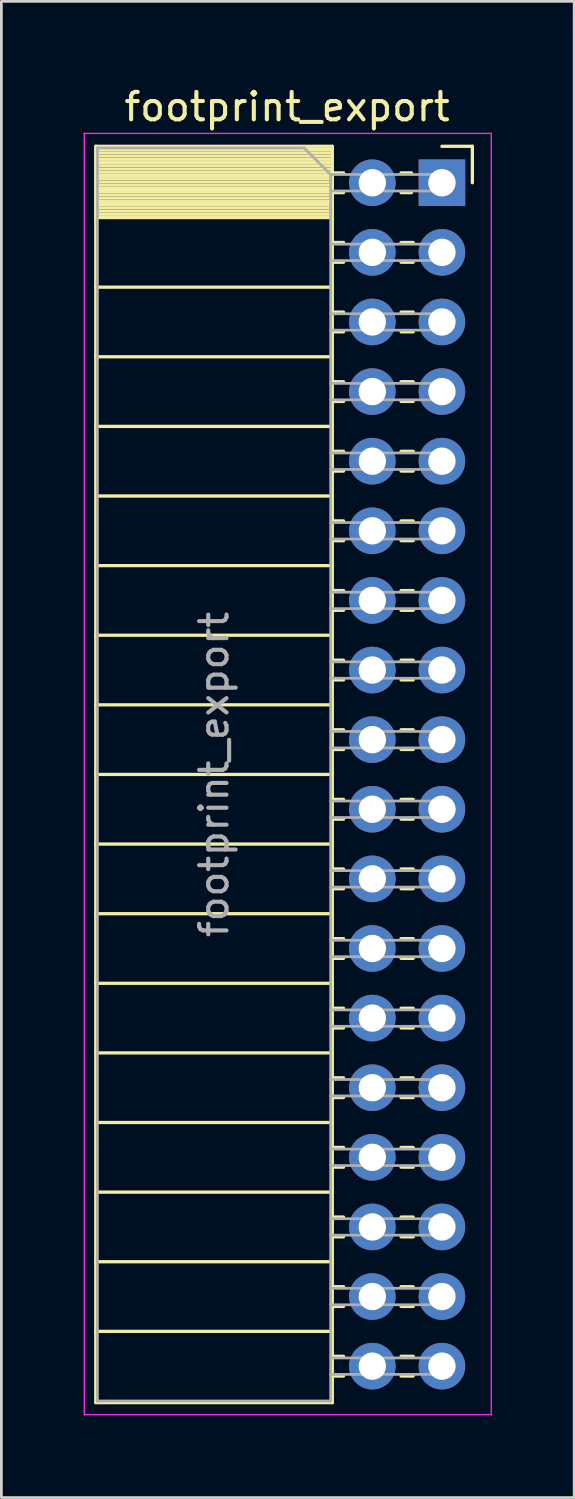
<source format=kicad_pcb>
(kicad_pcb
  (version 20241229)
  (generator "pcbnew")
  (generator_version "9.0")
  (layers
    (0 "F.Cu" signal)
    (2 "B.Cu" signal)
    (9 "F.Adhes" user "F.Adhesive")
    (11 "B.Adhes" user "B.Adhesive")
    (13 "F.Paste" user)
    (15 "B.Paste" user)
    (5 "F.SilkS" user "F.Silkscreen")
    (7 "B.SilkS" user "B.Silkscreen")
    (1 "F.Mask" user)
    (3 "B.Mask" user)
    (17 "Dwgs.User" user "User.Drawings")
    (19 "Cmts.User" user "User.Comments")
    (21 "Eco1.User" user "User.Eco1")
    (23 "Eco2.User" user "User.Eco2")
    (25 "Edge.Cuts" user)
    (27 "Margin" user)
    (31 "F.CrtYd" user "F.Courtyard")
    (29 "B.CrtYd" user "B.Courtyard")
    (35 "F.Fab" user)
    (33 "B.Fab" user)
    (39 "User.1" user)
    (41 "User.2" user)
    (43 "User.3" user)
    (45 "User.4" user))
  (footprint "footprint_export"
    (layer "F.Cu")
    (at 13.075 3.618)
    (property "Reference" "footprint_export" (at -5.65 -2.77 0) (layer "F.SilkS") (effects (font (size 1 1) (thickness 0.15))))
    (attr through_hole)
    (fp_line (start -12.63 -1.33) (end -12.63 44.51) (stroke (width 0.12) (type solid)) (layer "F.SilkS"))
    (fp_line (start -12.63 -1.33) (end -4 -1.33) (stroke (width 0.12) (type solid)) (layer "F.SilkS"))
    (fp_line (start -12.63 -1.21) (end -4 -1.21) (stroke (width 0.12) (type solid)) (layer "F.SilkS"))
    (fp_line (start -12.63 -1.092) (end -4 -1.092) (stroke (width 0.12) (type solid)) (layer "F.SilkS"))
    (fp_line (start -12.63 -0.974) (end -4 -0.974) (stroke (width 0.12) (type solid)) (layer "F.SilkS"))
    (fp_line (start -12.63 -0.856) (end -4 -0.856) (stroke (width 0.12) (type solid)) (layer "F.SilkS"))
    (fp_line (start -12.63 -0.738) (end -4 -0.738) (stroke (width 0.12) (type solid)) (layer "F.SilkS"))
    (fp_line (start -12.63 -0.62) (end -4 -0.62) (stroke (width 0.12) (type solid)) (layer "F.SilkS"))
    (fp_line (start -12.63 -0.501) (end -4 -0.501) (stroke (width 0.12) (type solid)) (layer "F.SilkS"))
    (fp_line (start -12.63 -0.383) (end -4 -0.383) (stroke (width 0.12) (type solid)) (layer "F.SilkS"))
    (fp_line (start -12.63 -0.265) (end -4 -0.265) (stroke (width 0.12) (type solid)) (layer "F.SilkS"))
    (fp_line (start -12.63 -0.147) (end -4 -0.147) (stroke (width 0.12) (type solid)) (layer "F.SilkS"))
    (fp_line (start -12.63 -0.029) (end -4 -0.029) (stroke (width 0.12) (type solid)) (layer "F.SilkS"))
    (fp_line (start -12.63 0.089) (end -4 0.089) (stroke (width 0.12) (type solid)) (layer "F.SilkS"))
    (fp_line (start -12.63 0.207) (end -4 0.207) (stroke (width 0.12) (type solid)) (layer "F.SilkS"))
    (fp_line (start -12.63 0.325) (end -4 0.325) (stroke (width 0.12) (type solid)) (layer "F.SilkS"))
    (fp_line (start -12.63 0.443) (end -4 0.443) (stroke (width 0.12) (type solid)) (layer "F.SilkS"))
    (fp_line (start -12.63 0.561) (end -4 0.561) (stroke (width 0.12) (type solid)) (layer "F.SilkS"))
    (fp_line (start -12.63 0.68) (end -4 0.68) (stroke (width 0.12) (type solid)) (layer "F.SilkS"))
    (fp_line (start -12.63 0.798) (end -4 0.798) (stroke (width 0.12) (type solid)) (layer "F.SilkS"))
    (fp_line (start -12.63 0.916) (end -4 0.916) (stroke (width 0.12) (type solid)) (layer "F.SilkS"))
    (fp_line (start -12.63 1.034) (end -4 1.034) (stroke (width 0.12) (type solid)) (layer "F.SilkS"))
    (fp_line (start -12.63 1.152) (end -4 1.152) (stroke (width 0.12) (type solid)) (layer "F.SilkS"))
    (fp_line (start -12.63 1.27) (end -4 1.27) (stroke (width 0.12) (type solid)) (layer "F.SilkS"))
    (fp_line (start -12.63 3.81) (end -4 3.81) (stroke (width 0.12) (type solid)) (layer "F.SilkS"))
    (fp_line (start -12.63 6.35) (end -4 6.35) (stroke (width 0.12) (type solid)) (layer "F.SilkS"))
    (fp_line (start -12.63 8.89) (end -4 8.89) (stroke (width 0.12) (type solid)) (layer "F.SilkS"))
    (fp_line (start -12.63 11.43) (end -4 11.43) (stroke (width 0.12) (type solid)) (layer "F.SilkS"))
    (fp_line (start -12.63 13.97) (end -4 13.97) (stroke (width 0.12) (type solid)) (layer "F.SilkS"))
    (fp_line (start -12.63 16.51) (end -4 16.51) (stroke (width 0.12) (type solid)) (layer "F.SilkS"))
    (fp_line (start -12.63 19.05) (end -4 19.05) (stroke (width 0.12) (type solid)) (layer "F.SilkS"))
    (fp_line (start -12.63 21.59) (end -4 21.59) (stroke (width 0.12) (type solid)) (layer "F.SilkS"))
    (fp_line (start -12.63 24.13) (end -4 24.13) (stroke (width 0.12) (type solid)) (layer "F.SilkS"))
    (fp_line (start -12.63 26.67) (end -4 26.67) (stroke (width 0.12) (type solid)) (layer "F.SilkS"))
    (fp_line (start -12.63 29.21) (end -4 29.21) (stroke (width 0.12) (type solid)) (layer "F.SilkS"))
    (fp_line (start -12.63 31.75) (end -4 31.75) (stroke (width 0.12) (type solid)) (layer "F.SilkS"))
    (fp_line (start -12.63 34.29) (end -4 34.29) (stroke (width 0.12) (type solid)) (layer "F.SilkS"))
    (fp_line (start -12.63 36.83) (end -4 36.83) (stroke (width 0.12) (type solid)) (layer "F.SilkS"))
    (fp_line (start -12.63 39.37) (end -4 39.37) (stroke (width 0.12) (type solid)) (layer "F.SilkS"))
    (fp_line (start -12.63 41.91) (end -4 41.91) (stroke (width 0.12) (type solid)) (layer "F.SilkS"))
    (fp_line (start -12.63 44.51) (end -4 44.51) (stroke (width 0.12) (type solid)) (layer "F.SilkS"))
    (fp_line (start -4 -1.33) (end -4 44.51) (stroke (width 0.12) (type solid)) (layer "F.SilkS"))
    (fp_line (start -4 -0.36) (end -3.59 -0.36) (stroke (width 0.12) (type solid)) (layer "F.SilkS"))
    (fp_line (start -4 0.36) (end -3.59 0.36) (stroke (width 0.12) (type solid)) (layer "F.SilkS"))
    (fp_line (start -4 2.18) (end -3.59 2.18) (stroke (width 0.12) (type solid)) (layer "F.SilkS"))
    (fp_line (start -4 2.9) (end -3.59 2.9) (stroke (width 0.12) (type solid)) (layer "F.SilkS"))
    (fp_line (start -4 4.72) (end -3.59 4.72) (stroke (width 0.12) (type solid)) (layer "F.SilkS"))
    (fp_line (start -4 5.44) (end -3.59 5.44) (stroke (width 0.12) (type solid)) (layer "F.SilkS"))
    (fp_line (start -4 7.26) (end -3.59 7.26) (stroke (width 0.12) (type solid)) (layer "F.SilkS"))
    (fp_line (start -4 7.98) (end -3.59 7.98) (stroke (width 0.12) (type solid)) (layer "F.SilkS"))
    (fp_line (start -4 9.8) (end -3.59 9.8) (stroke (width 0.12) (type solid)) (layer "F.SilkS"))
    (fp_line (start -4 10.52) (end -3.59 10.52) (stroke (width 0.12) (type solid)) (layer "F.SilkS"))
    (fp_line (start -4 12.34) (end -3.59 12.34) (stroke (width 0.12) (type solid)) (layer "F.SilkS"))
    (fp_line (start -4 13.06) (end -3.59 13.06) (stroke (width 0.12) (type solid)) (layer "F.SilkS"))
    (fp_line (start -4 14.88) (end -3.59 14.88) (stroke (width 0.12) (type solid)) (layer "F.SilkS"))
    (fp_line (start -4 15.6) (end -3.59 15.6) (stroke (width 0.12) (type solid)) (layer "F.SilkS"))
    (fp_line (start -4 17.42) (end -3.59 17.42) (stroke (width 0.12) (type solid)) (layer "F.SilkS"))
    (fp_line (start -4 18.14) (end -3.59 18.14) (stroke (width 0.12) (type solid)) (layer "F.SilkS"))
    (fp_line (start -4 19.96) (end -3.59 19.96) (stroke (width 0.12) (type solid)) (layer "F.SilkS"))
    (fp_line (start -4 20.68) (end -3.59 20.68) (stroke (width 0.12) (type solid)) (layer "F.SilkS"))
    (fp_line (start -4 22.5) (end -3.59 22.5) (stroke (width 0.12) (type solid)) (layer "F.SilkS"))
    (fp_line (start -4 23.22) (end -3.59 23.22) (stroke (width 0.12) (type solid)) (layer "F.SilkS"))
    (fp_line (start -4 25.04) (end -3.59 25.04) (stroke (width 0.12) (type solid)) (layer "F.SilkS"))
    (fp_line (start -4 25.76) (end -3.59 25.76) (stroke (width 0.12) (type solid)) (layer "F.SilkS"))
    (fp_line (start -4 27.58) (end -3.59 27.58) (stroke (width 0.12) (type solid)) (layer "F.SilkS"))
    (fp_line (start -4 28.3) (end -3.59 28.3) (stroke (width 0.12) (type solid)) (layer "F.SilkS"))
    (fp_line (start -4 30.12) (end -3.59 30.12) (stroke (width 0.12) (type solid)) (layer "F.SilkS"))
    (fp_line (start -4 30.84) (end -3.59 30.84) (stroke (width 0.12) (type solid)) (layer "F.SilkS"))
    (fp_line (start -4 32.66) (end -3.59 32.66) (stroke (width 0.12) (type solid)) (layer "F.SilkS"))
    (fp_line (start -4 33.38) (end -3.59 33.38) (stroke (width 0.12) (type solid)) (layer "F.SilkS"))
    (fp_line (start -4 35.2) (end -3.59 35.2) (stroke (width 0.12) (type solid)) (layer "F.SilkS"))
    (fp_line (start -4 35.92) (end -3.59 35.92) (stroke (width 0.12) (type solid)) (layer "F.SilkS"))
    (fp_line (start -4 37.74) (end -3.59 37.74) (stroke (width 0.12) (type solid)) (layer "F.SilkS"))
    (fp_line (start -4 38.46) (end -3.59 38.46) (stroke (width 0.12) (type solid)) (layer "F.SilkS"))
    (fp_line (start -4 40.28) (end -3.59 40.28) (stroke (width 0.12) (type solid)) (layer "F.SilkS"))
    (fp_line (start -4 41) (end -3.59 41) (stroke (width 0.12) (type solid)) (layer "F.SilkS"))
    (fp_line (start -4 42.82) (end -3.59 42.82) (stroke (width 0.12) (type solid)) (layer "F.SilkS"))
    (fp_line (start -4 43.54) (end -3.59 43.54) (stroke (width 0.12) (type solid)) (layer "F.SilkS"))
    (fp_line (start -1.49 -0.36) (end -1.11 -0.36) (stroke (width 0.12) (type solid)) (layer "F.SilkS"))
    (fp_line (start -1.49 0.36) (end -1.11 0.36) (stroke (width 0.12) (type solid)) (layer "F.SilkS"))
    (fp_line (start -1.49 2.18) (end -1.05 2.18) (stroke (width 0.12) (type solid)) (layer "F.SilkS"))
    (fp_line (start -1.49 2.9) (end -1.05 2.9) (stroke (width 0.12) (type solid)) (layer "F.SilkS"))
    (fp_line (start -1.49 4.72) (end -1.05 4.72) (stroke (width 0.12) (type solid)) (layer "F.SilkS"))
    (fp_line (start -1.49 5.44) (end -1.05 5.44) (stroke (width 0.12) (type solid)) (layer "F.SilkS"))
    (fp_line (start -1.49 7.26) (end -1.05 7.26) (stroke (width 0.12) (type solid)) (layer "F.SilkS"))
    (fp_line (start -1.49 7.98) (end -1.05 7.98) (stroke (width 0.12) (type solid)) (layer "F.SilkS"))
    (fp_line (start -1.49 9.8) (end -1.05 9.8) (stroke (width 0.12) (type solid)) (layer "F.SilkS"))
    (fp_line (start -1.49 10.52) (end -1.05 10.52) (stroke (width 0.12) (type solid)) (layer "F.SilkS"))
    (fp_line (start -1.49 12.34) (end -1.05 12.34) (stroke (width 0.12) (type solid)) (layer "F.SilkS"))
    (fp_line (start -1.49 13.06) (end -1.05 13.06) (stroke (width 0.12) (type solid)) (layer "F.SilkS"))
    (fp_line (start -1.49 14.88) (end -1.05 14.88) (stroke (width 0.12) (type solid)) (layer "F.SilkS"))
    (fp_line (start -1.49 15.6) (end -1.05 15.6) (stroke (width 0.12) (type solid)) (layer "F.SilkS"))
    (fp_line (start -1.49 17.42) (end -1.05 17.42) (stroke (width 0.12) (type solid)) (layer "F.SilkS"))
    (fp_line (start -1.49 18.14) (end -1.05 18.14) (stroke (width 0.12) (type solid)) (layer "F.SilkS"))
    (fp_line (start -1.49 19.96) (end -1.05 19.96) (stroke (width 0.12) (type solid)) (layer "F.SilkS"))
    (fp_line (start -1.49 20.68) (end -1.05 20.68) (stroke (width 0.12) (type solid)) (layer "F.SilkS"))
    (fp_line (start -1.49 22.5) (end -1.05 22.5) (stroke (width 0.12) (type solid)) (layer "F.SilkS"))
    (fp_line (start -1.49 23.22) (end -1.05 23.22) (stroke (width 0.12) (type solid)) (layer "F.SilkS"))
    (fp_line (start -1.49 25.04) (end -1.05 25.04) (stroke (width 0.12) (type solid)) (layer "F.SilkS"))
    (fp_line (start -1.49 25.76) (end -1.05 25.76) (stroke (width 0.12) (type solid)) (layer "F.SilkS"))
    (fp_line (start -1.49 27.58) (end -1.05 27.58) (stroke (width 0.12) (type solid)) (layer "F.SilkS"))
    (fp_line (start -1.49 28.3) (end -1.05 28.3) (stroke (width 0.12) (type solid)) (layer "F.SilkS"))
    (fp_line (start -1.49 30.12) (end -1.05 30.12) (stroke (width 0.12) (type solid)) (layer "F.SilkS"))
    (fp_line (start -1.49 30.84) (end -1.05 30.84) (stroke (width 0.12) (type solid)) (layer "F.SilkS"))
    (fp_line (start -1.49 32.66) (end -1.05 32.66) (stroke (width 0.12) (type solid)) (layer "F.SilkS"))
    (fp_line (start -1.49 33.38) (end -1.05 33.38) (stroke (width 0.12) (type solid)) (layer "F.SilkS"))
    (fp_line (start -1.49 35.2) (end -1.05 35.2) (stroke (width 0.12) (type solid)) (layer "F.SilkS"))
    (fp_line (start -1.49 35.92) (end -1.05 35.92) (stroke (width 0.12) (type solid)) (layer "F.SilkS"))
    (fp_line (start -1.49 37.74) (end -1.05 37.74) (stroke (width 0.12) (type solid)) (layer "F.SilkS"))
    (fp_line (start -1.49 38.46) (end -1.05 38.46) (stroke (width 0.12) (type solid)) (layer "F.SilkS"))
    (fp_line (start -1.49 40.28) (end -1.05 40.28) (stroke (width 0.12) (type solid)) (layer "F.SilkS"))
    (fp_line (start -1.49 41) (end -1.05 41) (stroke (width 0.12) (type solid)) (layer "F.SilkS"))
    (fp_line (start -1.49 42.82) (end -1.05 42.82) (stroke (width 0.12) (type solid)) (layer "F.SilkS"))
    (fp_line (start -1.49 43.54) (end -1.05 43.54) (stroke (width 0.12) (type solid)) (layer "F.SilkS"))
    (fp_line (start 0 -1.33) (end 1.11 -1.33) (stroke (width 0.12) (type solid)) (layer "F.SilkS"))
    (fp_line (start 1.11 -1.33) (end 1.11 0) (stroke (width 0.12) (type solid)) (layer "F.SilkS"))
    (fp_line (start -13.05 -1.8) (end -13.05 44.95) (stroke (width 0.05) (type solid)) (layer "F.CrtYd"))
    (fp_line (start -13.05 44.95) (end 1.8 44.95) (stroke (width 0.05) (type solid)) (layer "F.CrtYd"))
    (fp_line (start 1.8 -1.8) (end -13.05 -1.8) (stroke (width 0.05) (type solid)) (layer "F.CrtYd"))
    (fp_line (start 1.8 44.95) (end 1.8 -1.8) (stroke (width 0.05) (type solid)) (layer "F.CrtYd"))
    (fp_line (start -12.57 -1.27) (end -5.03 -1.27) (stroke (width 0.1) (type solid)) (layer "F.Fab"))
    (fp_line (start -12.57 44.45) (end -12.57 -1.27) (stroke (width 0.1) (type solid)) (layer "F.Fab"))
    (fp_line (start -5.03 -1.27) (end -4.06 -0.3) (stroke (width 0.1) (type solid)) (layer "F.Fab"))
    (fp_line (start -4.06 -0.3) (end -4.06 44.45) (stroke (width 0.1) (type solid)) (layer "F.Fab"))
    (fp_line (start -4.06 0.3) (end 0 0.3) (stroke (width 0.1) (type solid)) (layer "F.Fab"))
    (fp_line (start -4.06 2.84) (end 0 2.84) (stroke (width 0.1) (type solid)) (layer "F.Fab"))
    (fp_line (start -4.06 5.38) (end 0 5.38) (stroke (width 0.1) (type solid)) (layer "F.Fab"))
    (fp_line (start -4.06 7.92) (end 0 7.92) (stroke (width 0.1) (type solid)) (layer "F.Fab"))
    (fp_line (start -4.06 10.46) (end 0 10.46) (stroke (width 0.1) (type solid)) (layer "F.Fab"))
    (fp_line (start -4.06 13) (end 0 13) (stroke (width 0.1) (type solid)) (layer "F.Fab"))
    (fp_line (start -4.06 15.54) (end 0 15.54) (stroke (width 0.1) (type solid)) (layer "F.Fab"))
    (fp_line (start -4.06 18.08) (end 0 18.08) (stroke (width 0.1) (type solid)) (layer "F.Fab"))
    (fp_line (start -4.06 20.62) (end 0 20.62) (stroke (width 0.1) (type solid)) (layer "F.Fab"))
    (fp_line (start -4.06 23.16) (end 0 23.16) (stroke (width 0.1) (type solid)) (layer "F.Fab"))
    (fp_line (start -4.06 25.7) (end 0 25.7) (stroke (width 0.1) (type solid)) (layer "F.Fab"))
    (fp_line (start -4.06 28.24) (end 0 28.24) (stroke (width 0.1) (type solid)) (layer "F.Fab"))
    (fp_line (start -4.06 30.78) (end 0 30.78) (stroke (width 0.1) (type solid)) (layer "F.Fab"))
    (fp_line (start -4.06 33.32) (end 0 33.32) (stroke (width 0.1) (type solid)) (layer "F.Fab"))
    (fp_line (start -4.06 35.86) (end 0 35.86) (stroke (width 0.1) (type solid)) (layer "F.Fab"))
    (fp_line (start -4.06 38.4) (end 0 38.4) (stroke (width 0.1) (type solid)) (layer "F.Fab"))
    (fp_line (start -4.06 40.94) (end 0 40.94) (stroke (width 0.1) (type solid)) (layer "F.Fab"))
    (fp_line (start -4.06 43.48) (end 0 43.48) (stroke (width 0.1) (type solid)) (layer "F.Fab"))
    (fp_line (start -4.06 44.45) (end -12.57 44.45) (stroke (width 0.1) (type solid)) (layer "F.Fab"))
    (fp_line (start 0 -0.3) (end -4.06 -0.3) (stroke (width 0.1) (type solid)) (layer "F.Fab"))
    (fp_line (start 0 0.3) (end 0 -0.3) (stroke (width 0.1) (type solid)) (layer "F.Fab"))
    (fp_line (start 0 2.24) (end -4.06 2.24) (stroke (width 0.1) (type solid)) (layer "F.Fab"))
    (fp_line (start 0 2.84) (end 0 2.24) (stroke (width 0.1) (type solid)) (layer "F.Fab"))
    (fp_line (start 0 4.78) (end -4.06 4.78) (stroke (width 0.1) (type solid)) (layer "F.Fab"))
    (fp_line (start 0 5.38) (end 0 4.78) (stroke (width 0.1) (type solid)) (layer "F.Fab"))
    (fp_line (start 0 7.32) (end -4.06 7.32) (stroke (width 0.1) (type solid)) (layer "F.Fab"))
    (fp_line (start 0 7.92) (end 0 7.32) (stroke (width 0.1) (type solid)) (layer "F.Fab"))
    (fp_line (start 0 9.86) (end -4.06 9.86) (stroke (width 0.1) (type solid)) (layer "F.Fab"))
    (fp_line (start 0 10.46) (end 0 9.86) (stroke (width 0.1) (type solid)) (layer "F.Fab"))
    (fp_line (start 0 12.4) (end -4.06 12.4) (stroke (width 0.1) (type solid)) (layer "F.Fab"))
    (fp_line (start 0 13) (end 0 12.4) (stroke (width 0.1) (type solid)) (layer "F.Fab"))
    (fp_line (start 0 14.94) (end -4.06 14.94) (stroke (width 0.1) (type solid)) (layer "F.Fab"))
    (fp_line (start 0 15.54) (end 0 14.94) (stroke (width 0.1) (type solid)) (layer "F.Fab"))
    (fp_line (start 0 17.48) (end -4.06 17.48) (stroke (width 0.1) (type solid)) (layer "F.Fab"))
    (fp_line (start 0 18.08) (end 0 17.48) (stroke (width 0.1) (type solid)) (layer "F.Fab"))
    (fp_line (start 0 20.02) (end -4.06 20.02) (stroke (width 0.1) (type solid)) (layer "F.Fab"))
    (fp_line (start 0 20.62) (end 0 20.02) (stroke (width 0.1) (type solid)) (layer "F.Fab"))
    (fp_line (start 0 22.56) (end -4.06 22.56) (stroke (width 0.1) (type solid)) (layer "F.Fab"))
    (fp_line (start 0 23.16) (end 0 22.56) (stroke (width 0.1) (type solid)) (layer "F.Fab"))
    (fp_line (start 0 25.1) (end -4.06 25.1) (stroke (width 0.1) (type solid)) (layer "F.Fab"))
    (fp_line (start 0 25.7) (end 0 25.1) (stroke (width 0.1) (type solid)) (layer "F.Fab"))
    (fp_line (start 0 27.64) (end -4.06 27.64) (stroke (width 0.1) (type solid)) (layer "F.Fab"))
    (fp_line (start 0 28.24) (end 0 27.64) (stroke (width 0.1) (type solid)) (layer "F.Fab"))
    (fp_line (start 0 30.18) (end -4.06 30.18) (stroke (width 0.1) (type solid)) (layer "F.Fab"))
    (fp_line (start 0 30.78) (end 0 30.18) (stroke (width 0.1) (type solid)) (layer "F.Fab"))
    (fp_line (start 0 32.72) (end -4.06 32.72) (stroke (width 0.1) (type solid)) (layer "F.Fab"))
    (fp_line (start 0 33.32) (end 0 32.72) (stroke (width 0.1) (type solid)) (layer "F.Fab"))
    (fp_line (start 0 35.26) (end -4.06 35.26) (stroke (width 0.1) (type solid)) (layer "F.Fab"))
    (fp_line (start 0 35.86) (end 0 35.26) (stroke (width 0.1) (type solid)) (layer "F.Fab"))
    (fp_line (start 0 37.8) (end -4.06 37.8) (stroke (width 0.1) (type solid)) (layer "F.Fab"))
    (fp_line (start 0 38.4) (end 0 37.8) (stroke (width 0.1) (type solid)) (layer "F.Fab"))
    (fp_line (start 0 40.34) (end -4.06 40.34) (stroke (width 0.1) (type solid)) (layer "F.Fab"))
    (fp_line (start 0 40.94) (end 0 40.34) (stroke (width 0.1) (type solid)) (layer "F.Fab"))
    (fp_line (start 0 42.88) (end -4.06 42.88) (stroke (width 0.1) (type solid)) (layer "F.Fab"))
    (fp_line (start 0 43.48) (end 0 42.88) (stroke (width 0.1) (type solid)) (layer "F.Fab"))
    (fp_text user "${REFERENCE}" (at -8.315 21.59 90) (layer "F.Fab") (effects (font (size 1 1) (thickness 0.15))))
    (pad "1" thru_hole rect (at 0 0) (size 1.7 1.7) (drill 1) (layers "*.Cu" "*.Mask"))
    (pad "2" thru_hole oval (at -2.54 0) (size 1.7 1.7) (drill 1) (layers "*.Cu" "*.Mask"))
    (pad "3" thru_hole oval (at 0 2.54) (size 1.7 1.7) (drill 1) (layers "*.Cu" "*.Mask"))
    (pad "4" thru_hole oval (at -2.54 2.54) (size 1.7 1.7) (drill 1) (layers "*.Cu" "*.Mask"))
    (pad "5" thru_hole oval (at 0 5.08) (size 1.7 1.7) (drill 1) (layers "*.Cu" "*.Mask"))
    (pad "6" thru_hole oval (at -2.54 5.08) (size 1.7 1.7) (drill 1) (layers "*.Cu" "*.Mask"))
    (pad "7" thru_hole oval (at 0 7.62) (size 1.7 1.7) (drill 1) (layers "*.Cu" "*.Mask"))
    (pad "8" thru_hole oval (at -2.54 7.62) (size 1.7 1.7) (drill 1) (layers "*.Cu" "*.Mask"))
    (pad "9" thru_hole oval (at 0 10.16) (size 1.7 1.7) (drill 1) (layers "*.Cu" "*.Mask"))
    (pad "10" thru_hole oval (at -2.54 10.16) (size 1.7 1.7) (drill 1) (layers "*.Cu" "*.Mask"))
    (pad "11" thru_hole oval (at 0 12.7) (size 1.7 1.7) (drill 1) (layers "*.Cu" "*.Mask"))
    (pad "12" thru_hole oval (at -2.54 12.7) (size 1.7 1.7) (drill 1) (layers "*.Cu" "*.Mask"))
    (pad "13" thru_hole oval (at 0 15.24) (size 1.7 1.7) (drill 1) (layers "*.Cu" "*.Mask"))
    (pad "14" thru_hole oval (at -2.54 15.24) (size 1.7 1.7) (drill 1) (layers "*.Cu" "*.Mask"))
    (pad "15" thru_hole oval (at 0 17.78) (size 1.7 1.7) (drill 1) (layers "*.Cu" "*.Mask"))
    (pad "16" thru_hole oval (at -2.54 17.78) (size 1.7 1.7) (drill 1) (layers "*.Cu" "*.Mask"))
    (pad "17" thru_hole oval (at 0 20.32) (size 1.7 1.7) (drill 1) (layers "*.Cu" "*.Mask"))
    (pad "18" thru_hole oval (at -2.54 20.32) (size 1.7 1.7) (drill 1) (layers "*.Cu" "*.Mask"))
    (pad "19" thru_hole oval (at 0 22.86) (size 1.7 1.7) (drill 1) (layers "*.Cu" "*.Mask"))
    (pad "20" thru_hole oval (at -2.54 22.86) (size 1.7 1.7) (drill 1) (layers "*.Cu" "*.Mask"))
    (pad "21" thru_hole oval (at 0 25.4) (size 1.7 1.7) (drill 1) (layers "*.Cu" "*.Mask"))
    (pad "22" thru_hole oval (at -2.54 25.4) (size 1.7 1.7) (drill 1) (layers "*.Cu" "*.Mask"))
    (pad "23" thru_hole oval (at 0 27.94) (size 1.7 1.7) (drill 1) (layers "*.Cu" "*.Mask"))
    (pad "24" thru_hole oval (at -2.54 27.94) (size 1.7 1.7) (drill 1) (layers "*.Cu" "*.Mask"))
    (pad "25" thru_hole oval (at 0 30.48) (size 1.7 1.7) (drill 1) (layers "*.Cu" "*.Mask"))
    (pad "26" thru_hole oval (at -2.54 30.48) (size 1.7 1.7) (drill 1) (layers "*.Cu" "*.Mask"))
    (pad "27" thru_hole oval (at 0 33.02) (size 1.7 1.7) (drill 1) (layers "*.Cu" "*.Mask"))
    (pad "28" thru_hole oval (at -2.54 33.02) (size 1.7 1.7) (drill 1) (layers "*.Cu" "*.Mask"))
    (pad "29" thru_hole oval (at 0 35.56) (size 1.7 1.7) (drill 1) (layers "*.Cu" "*.Mask"))
    (pad "30" thru_hole oval (at -2.54 35.56) (size 1.7 1.7) (drill 1) (layers "*.Cu" "*.Mask"))
    (pad "31" thru_hole oval (at 0 38.1) (size 1.7 1.7) (drill 1) (layers "*.Cu" "*.Mask"))
    (pad "32" thru_hole oval (at -2.54 38.1) (size 1.7 1.7) (drill 1) (layers "*.Cu" "*.Mask"))
    (pad "33" thru_hole oval (at 0 40.64) (size 1.7 1.7) (drill 1) (layers "*.Cu" "*.Mask"))
    (pad "34" thru_hole oval (at -2.54 40.64) (size 1.7 1.7) (drill 1) (layers "*.Cu" "*.Mask"))
    (pad "35" thru_hole oval (at 0 43.18) (size 1.7 1.7) (drill 1) (layers "*.Cu" "*.Mask"))
    (pad "36" thru_hole oval (at -2.54 43.18) (size 1.7 1.7) (drill 1) (layers "*.Cu" "*.Mask")))
  (gr_rect
    (start -3 -3)
    (end 17.9 51.593)
    (stroke (width 0.1) (type default))
    (fill no)
    (layer "Edge.Cuts")))
</source>
